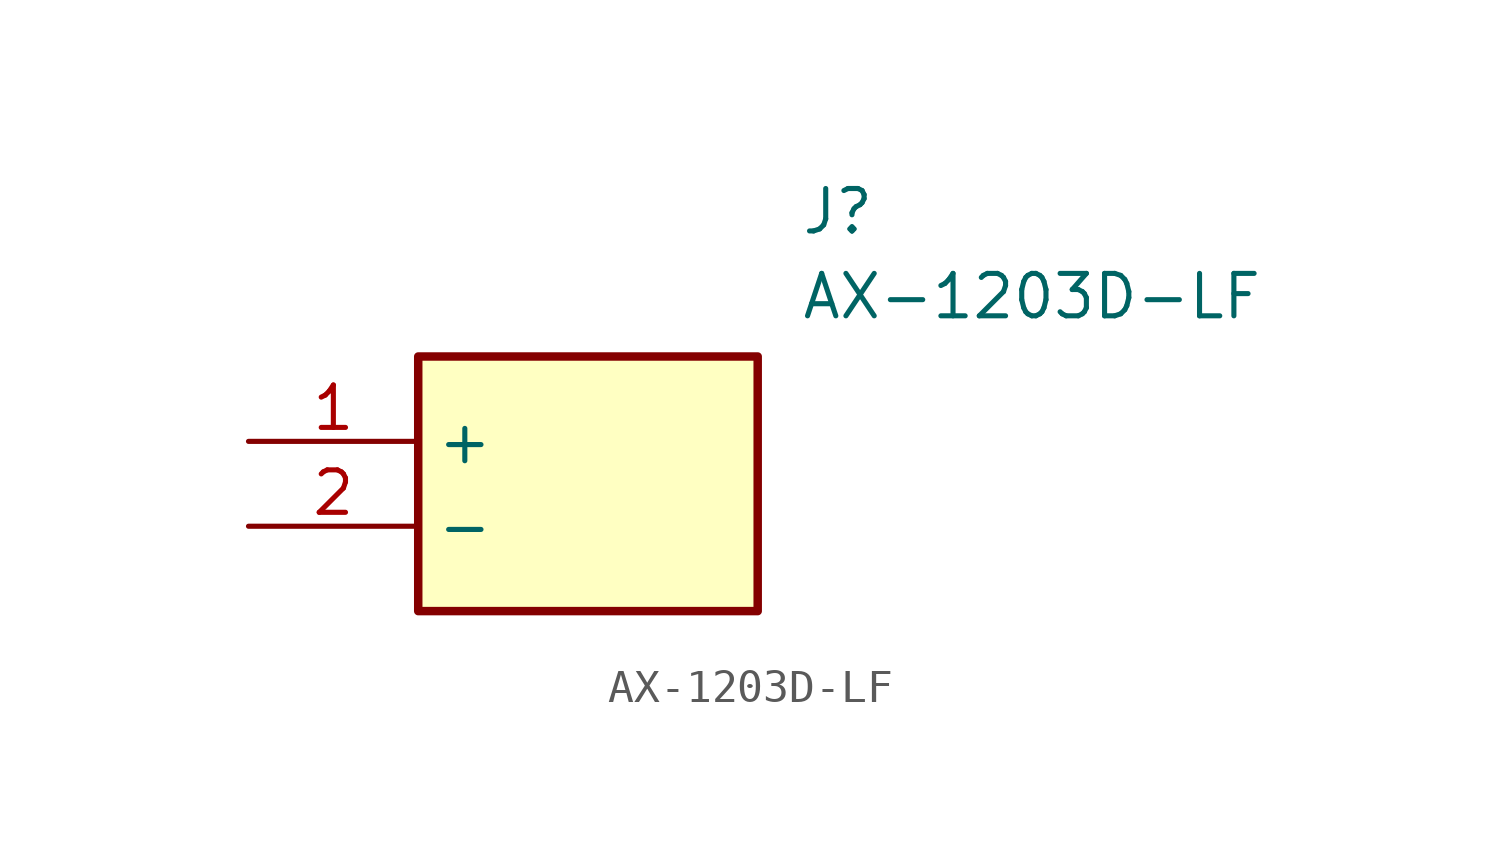
<source format=kicad_sym>
(kicad_symbol_lib
  (version 20211014)
  (generator SamacSys_ECAD_Model)
  (symbol "AX-1203D-LF"
    (property "Reference" "J"
      (at 16.51 7.62 0)
      (effects (font (size 1.27 1.27)) (justify left top)))
    (property "Value" "AX-1203D-LF"
      (at 16.51 5.08 0)
      (effects (font (size 1.27 1.27)) (justify left top)))
    (rectangle
      (start 5.08 2.54)
      (end 15.24 -5.08)
      (stroke (width 0.254) (type default))
      (fill (type background)))
    (pin passive line
      (at 0 0 0)
      (length 5.08)
      (name "+" (effects (font (size 1.27 1.27))))
      (number "1" (effects (font (size 1.27 1.27)))))
    (pin passive line
      (at 0 -2.54 0)
      (length 5.08)
      (name "-" (effects (font (size 1.27 1.27))))
      (number "2" (effects (font (size 1.27 1.27)))))))
</source>
